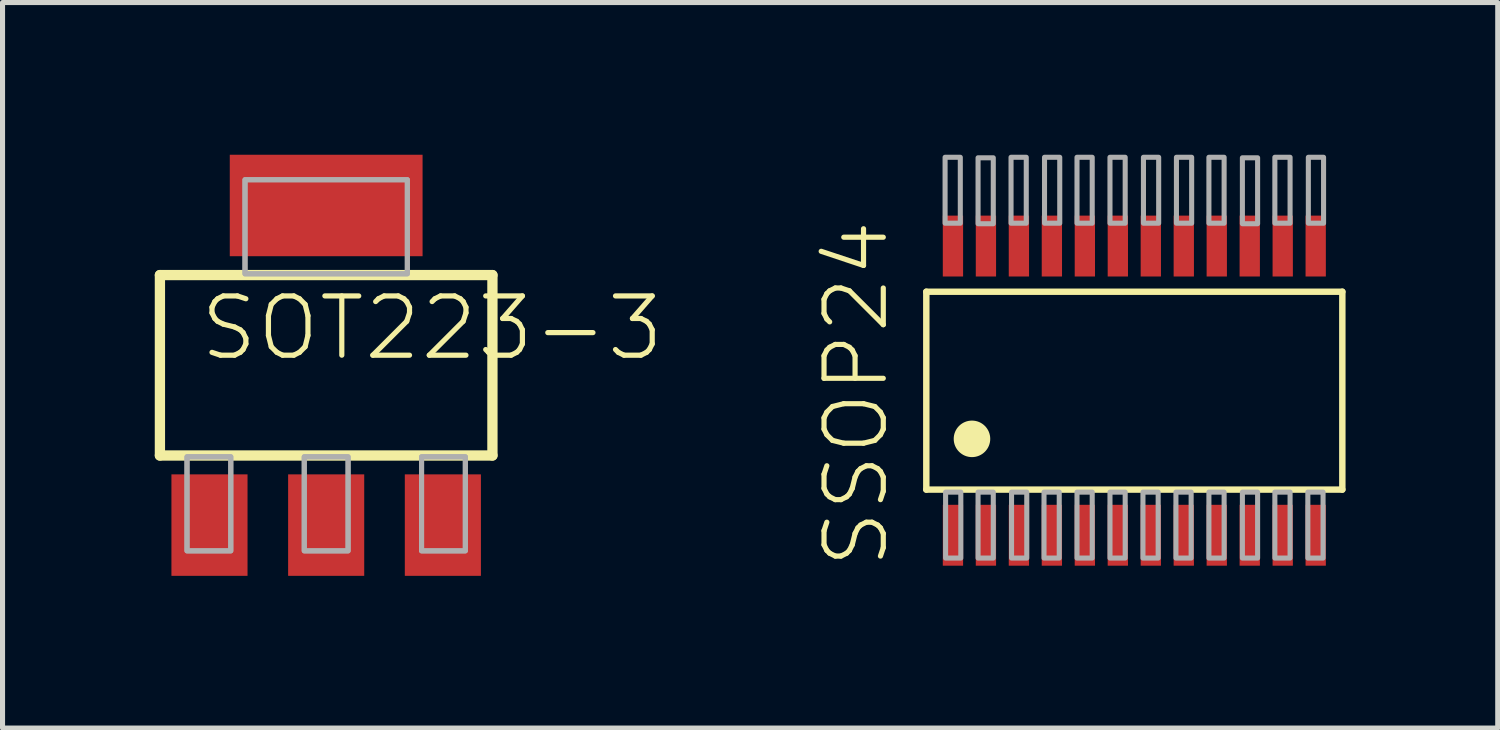
<source format=kicad_pcb>
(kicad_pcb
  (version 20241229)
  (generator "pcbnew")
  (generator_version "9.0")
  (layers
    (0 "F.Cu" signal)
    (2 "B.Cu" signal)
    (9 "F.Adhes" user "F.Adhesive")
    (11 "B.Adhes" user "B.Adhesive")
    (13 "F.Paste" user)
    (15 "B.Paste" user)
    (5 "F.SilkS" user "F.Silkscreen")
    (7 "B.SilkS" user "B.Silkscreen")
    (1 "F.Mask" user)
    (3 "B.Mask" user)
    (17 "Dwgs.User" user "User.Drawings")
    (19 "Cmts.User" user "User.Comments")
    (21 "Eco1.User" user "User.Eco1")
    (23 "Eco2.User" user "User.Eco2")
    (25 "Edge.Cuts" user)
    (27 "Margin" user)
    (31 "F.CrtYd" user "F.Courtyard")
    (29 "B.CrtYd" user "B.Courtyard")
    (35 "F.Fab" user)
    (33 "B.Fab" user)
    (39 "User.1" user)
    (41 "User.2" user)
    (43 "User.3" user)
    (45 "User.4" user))
  (footprint "SSOP24"
    (layer "F.Cu")
    (at 19.308 4)
    (property "Reference" "SSOP24" (at -4.8 4.2 90) (unlocked yes) (layer "F.SilkS") (effects (font (size 1.168 1.168) (thickness 0.102)) (justify left bottom)))
    (fp_line (start -4.1 -1.3) (end 4.1 -1.3) (stroke (width 0.127) (type solid)) (layer "F.SilkS"))
    (fp_line (start -4.1 2.6) (end -4.1 -1.3) (stroke (width 0.127) (type solid)) (layer "F.SilkS"))
    (fp_line (start 4.1 -1.3) (end 4.1 2.6) (stroke (width 0.127) (type solid)) (layer "F.SilkS"))
    (fp_line (start 4.1 2.6) (end -4.1 2.6) (stroke (width 0.127) (type solid)) (layer "F.SilkS"))
    (fp_circle (center -3.2 1.6) (end -3.02 1.6) (stroke (width 0.36) (type solid)) (fill yes) (layer "F.SilkS"))
    (fp_poly (pts (xy -3.73 -2.65) (xy -3.43 -2.65) (xy -3.43 -3.95) (xy -3.73 -3.95)) (stroke (width 0.1) (type default)) (fill no) (layer "F.Fab"))
    (fp_poly (pts (xy -3.72 3.95) (xy -3.42 3.95) (xy -3.42 2.65) (xy -3.72 2.65)) (stroke (width 0.1) (type default)) (fill no) (layer "F.Fab"))
    (fp_poly (pts (xy -3.08 -2.64) (xy -2.78 -2.64) (xy -2.78 -3.94) (xy -3.08 -3.94)) (stroke (width 0.1) (type default)) (fill no) (layer "F.Fab"))
    (fp_poly (pts (xy -3.08 3.95) (xy -2.78 3.95) (xy -2.78 2.65) (xy -3.08 2.65)) (stroke (width 0.1) (type default)) (fill no) (layer "F.Fab"))
    (fp_poly (pts (xy -2.43 -2.65) (xy -2.13 -2.65) (xy -2.13 -3.95) (xy -2.43 -3.95)) (stroke (width 0.1) (type default)) (fill no) (layer "F.Fab"))
    (fp_poly (pts (xy -2.42 3.95) (xy -2.12 3.95) (xy -2.12 2.65) (xy -2.42 2.65)) (stroke (width 0.1) (type default)) (fill no) (layer "F.Fab"))
    (fp_poly (pts (xy -1.78 3.95) (xy -1.48 3.95) (xy -1.48 2.65) (xy -1.78 2.65)) (stroke (width 0.1) (type default)) (fill no) (layer "F.Fab"))
    (fp_poly (pts (xy -1.77 -2.65) (xy -1.47 -2.65) (xy -1.47 -3.95) (xy -1.77 -3.95)) (stroke (width 0.1) (type default)) (fill no) (layer "F.Fab"))
    (fp_poly (pts (xy -1.13 -2.65) (xy -0.83 -2.65) (xy -0.83 -3.95) (xy -1.13 -3.95)) (stroke (width 0.1) (type default)) (fill no) (layer "F.Fab"))
    (fp_poly (pts (xy -1.13 3.95) (xy -0.83 3.95) (xy -0.83 2.65) (xy -1.13 2.65)) (stroke (width 0.1) (type default)) (fill no) (layer "F.Fab"))
    (fp_poly (pts (xy -0.48 -2.65) (xy -0.18 -2.65) (xy -0.18 -3.95) (xy -0.48 -3.95)) (stroke (width 0.1) (type default)) (fill no) (layer "F.Fab"))
    (fp_poly (pts (xy -0.48 3.95) (xy -0.18 3.95) (xy -0.18 2.65) (xy -0.48 2.65)) (stroke (width 0.1) (type default)) (fill no) (layer "F.Fab"))
    (fp_poly (pts (xy 0.17 3.95) (xy 0.47 3.95) (xy 0.47 2.65) (xy 0.17 2.65)) (stroke (width 0.1) (type default)) (fill no) (layer "F.Fab"))
    (fp_poly (pts (xy 0.18 -2.65) (xy 0.48 -2.65) (xy 0.48 -3.95) (xy 0.18 -3.95)) (stroke (width 0.1) (type default)) (fill no) (layer "F.Fab"))
    (fp_poly (pts (xy 0.82 3.95) (xy 1.12 3.95) (xy 1.12 2.65) (xy 0.82 2.65)) (stroke (width 0.1) (type default)) (fill no) (layer "F.Fab"))
    (fp_poly (pts (xy 0.83 -2.65) (xy 1.13 -2.65) (xy 1.13 -3.95) (xy 0.83 -3.95)) (stroke (width 0.1) (type default)) (fill no) (layer "F.Fab"))
    (fp_poly (pts (xy 1.47 -2.65) (xy 1.77 -2.65) (xy 1.77 -3.95) (xy 1.47 -3.95)) (stroke (width 0.1) (type default)) (fill no) (layer "F.Fab"))
    (fp_poly (pts (xy 1.47 3.95) (xy 1.77 3.95) (xy 1.77 2.65) (xy 1.47 2.65)) (stroke (width 0.1) (type default)) (fill no) (layer "F.Fab"))
    (fp_poly (pts (xy 2.13 -2.64) (xy 2.43 -2.64) (xy 2.43 -3.94) (xy 2.13 -3.94)) (stroke (width 0.1) (type default)) (fill no) (layer "F.Fab"))
    (fp_poly (pts (xy 2.13 3.95) (xy 2.43 3.95) (xy 2.43 2.65) (xy 2.13 2.65)) (stroke (width 0.1) (type default)) (fill no) (layer "F.Fab"))
    (fp_poly (pts (xy 2.77 -2.65) (xy 3.07 -2.65) (xy 3.07 -3.95) (xy 2.77 -3.95)) (stroke (width 0.1) (type default)) (fill no) (layer "F.Fab"))
    (fp_poly (pts (xy 2.77 3.95) (xy 3.07 3.95) (xy 3.07 2.65) (xy 2.77 2.65)) (stroke (width 0.1) (type default)) (fill no) (layer "F.Fab"))
    (fp_poly (pts (xy 3.42 3.95) (xy 3.72 3.95) (xy 3.72 2.65) (xy 3.42 2.65)) (stroke (width 0.1) (type default)) (fill no) (layer "F.Fab"))
    (fp_poly (pts (xy 3.43 -2.65) (xy 3.73 -2.65) (xy 3.73 -3.95) (xy 3.43 -3.95)) (stroke (width 0.1) (type default)) (fill no) (layer "F.Fab"))
    (pad "1" smd rect (at -3.575 3.5) (size 0.4 1.2) (layers "F.Cu" "F.Mask" "F.Paste"))
    (pad "2" smd rect (at -2.925 3.5) (size 0.4 1.2) (layers "F.Cu" "F.Mask" "F.Paste"))
    (pad "3" smd rect (at -2.275 3.5) (size 0.4 1.2) (layers "F.Cu" "F.Mask" "F.Paste"))
    (pad "4" smd rect (at -1.625 3.5) (size 0.4 1.2) (layers "F.Cu" "F.Mask" "F.Paste"))
    (pad "5" smd rect (at -0.975 3.5) (size 0.4 1.2) (layers "F.Cu" "F.Mask" "F.Paste"))
    (pad "6" smd rect (at -0.325 3.5) (size 0.4 1.2) (layers "F.Cu" "F.Mask" "F.Paste"))
    (pad "7" smd rect (at 0.325 3.5) (size 0.4 1.2) (layers "F.Cu" "F.Mask" "F.Paste"))
    (pad "8" smd rect (at 0.975 3.5) (size 0.4 1.2) (layers "F.Cu" "F.Mask" "F.Paste"))
    (pad "9" smd rect (at 1.625 3.5) (size 0.4 1.2) (layers "F.Cu" "F.Mask" "F.Paste"))
    (pad "10" smd rect (at 2.275 3.5) (size 0.4 1.2) (layers "F.Cu" "F.Mask" "F.Paste"))
    (pad "11" smd rect (at 2.925 3.5) (size 0.4 1.2) (layers "F.Cu" "F.Mask" "F.Paste"))
    (pad "12" smd rect (at 3.575 3.5) (size 0.4 1.2) (layers "F.Cu" "F.Mask" "F.Paste"))
    (pad "13" smd rect (at 3.575 -2.2) (size 0.4 1.2) (layers "F.Cu" "F.Mask" "F.Paste"))
    (pad "14" smd rect (at 2.925 -2.2) (size 0.4 1.2) (layers "F.Cu" "F.Mask" "F.Paste"))
    (pad "15" smd rect (at 2.275 -2.2) (size 0.4 1.2) (layers "F.Cu" "F.Mask" "F.Paste"))
    (pad "16" smd rect (at 1.625 -2.2) (size 0.4 1.2) (layers "F.Cu" "F.Mask" "F.Paste"))
    (pad "17" smd rect (at 0.975 -2.2) (size 0.4 1.2) (layers "F.Cu" "F.Mask" "F.Paste"))
    (pad "18" smd rect (at 0.325 -2.2) (size 0.4 1.2) (layers "F.Cu" "F.Mask" "F.Paste"))
    (pad "19" smd rect (at -0.325 -2.2) (size 0.4 1.2) (layers "F.Cu" "F.Mask" "F.Paste"))
    (pad "20" smd rect (at -0.975 -2.2) (size 0.4 1.2) (layers "F.Cu" "F.Mask" "F.Paste"))
    (pad "21" smd rect (at -1.625 -2.2) (size 0.4 1.2) (layers "F.Cu" "F.Mask" "F.Paste"))
    (pad "22" smd rect (at -2.275 -2.2) (size 0.4 1.2) (layers "F.Cu" "F.Mask" "F.Paste"))
    (pad "23" smd rect (at -2.925 -2.2) (size 0.4 1.2) (layers "F.Cu" "F.Mask" "F.Paste"))
    (pad "24" smd rect (at -3.575 -2.2) (size 0.4 1.2) (layers "F.Cu" "F.Mask" "F.Paste")))
  (footprint "SOT223-3"
    (layer "F.Cu")
    (at 3.379 4.15)
    (property "Reference" "SOT223-3" (at -2.54 -0.051 0) (unlocked yes) (layer "F.SilkS") (effects (font (size 1.168 1.168) (thickness 0.102)) (justify left bottom)))
    (fp_line (start -3.277 -1.778) (end 3.277 -1.778) (stroke (width 0.203) (type solid)) (layer "F.SilkS"))
    (fp_line (start -3.277 1.778) (end -3.277 -1.778) (stroke (width 0.203) (type solid)) (layer "F.SilkS"))
    (fp_line (start 3.277 -1.778) (end 3.277 1.778) (stroke (width 0.203) (type solid)) (layer "F.SilkS"))
    (fp_line (start 3.277 1.778) (end -3.277 1.778) (stroke (width 0.203) (type solid)) (layer "F.SilkS"))
    (fp_poly (pts (xy -2.743 1.803) (xy -2.743 3.658) (xy -1.88 3.658) (xy -1.88 1.803)) (stroke (width 0.1) (type default)) (fill no) (layer "F.Fab"))
    (fp_poly (pts (xy -2.743 1.803) (xy -2.743 3.658) (xy -1.88 3.658) (xy -1.88 1.803)) (stroke (width 0.1) (type default)) (fill no) (layer "F.Fab"))
    (fp_poly (pts (xy -1.6 -3.658) (xy -1.6 -1.803) (xy 1.6 -1.803) (xy 1.6 -3.658)) (stroke (width 0.1) (type default)) (fill no) (layer "F.Fab"))
    (fp_poly (pts (xy -1.6 -3.658) (xy -1.6 -1.803) (xy 1.6 -1.803) (xy 1.6 -3.658)) (stroke (width 0.1) (type default)) (fill no) (layer "F.Fab"))
    (fp_poly (pts (xy -0.432 1.803) (xy -0.432 3.658) (xy 0.432 3.658) (xy 0.432 1.803)) (stroke (width 0.1) (type default)) (fill no) (layer "F.Fab"))
    (fp_poly (pts (xy -0.432 1.803) (xy -0.432 3.658) (xy 0.432 3.658) (xy 0.432 1.803)) (stroke (width 0.1) (type default)) (fill no) (layer "F.Fab"))
    (fp_poly (pts (xy 1.88 1.803) (xy 1.88 3.658) (xy 2.743 3.658) (xy 2.743 1.803)) (stroke (width 0.1) (type default)) (fill no) (layer "F.Fab"))
    (fp_poly (pts (xy 1.88 1.803) (xy 1.88 3.658) (xy 2.743 3.658) (xy 2.743 1.803)) (stroke (width 0.1) (type default)) (fill no) (layer "F.Fab"))
    (pad "1" smd rect (at -2.3 3.15) (size 1.5 2) (layers "F.Cu" "F.Mask" "F.Paste"))
    (pad "2" smd rect (at 0 3.15) (size 1.5 2) (layers "F.Cu" "F.Mask" "F.Paste"))
    (pad "3" smd rect (at 2.3 3.15) (size 1.5 2) (layers "F.Cu" "F.Mask" "F.Paste"))
    (pad "4" smd rect (at 0 -3.15) (size 3.8 2) (layers "F.Cu" "F.Mask" "F.Paste")))
  (gr_rect
    (start -3 -3)
    (end 26.471 11.3)
    (stroke (width 0.1) (type default))
    (fill no)
    (layer "Edge.Cuts")))
</source>
